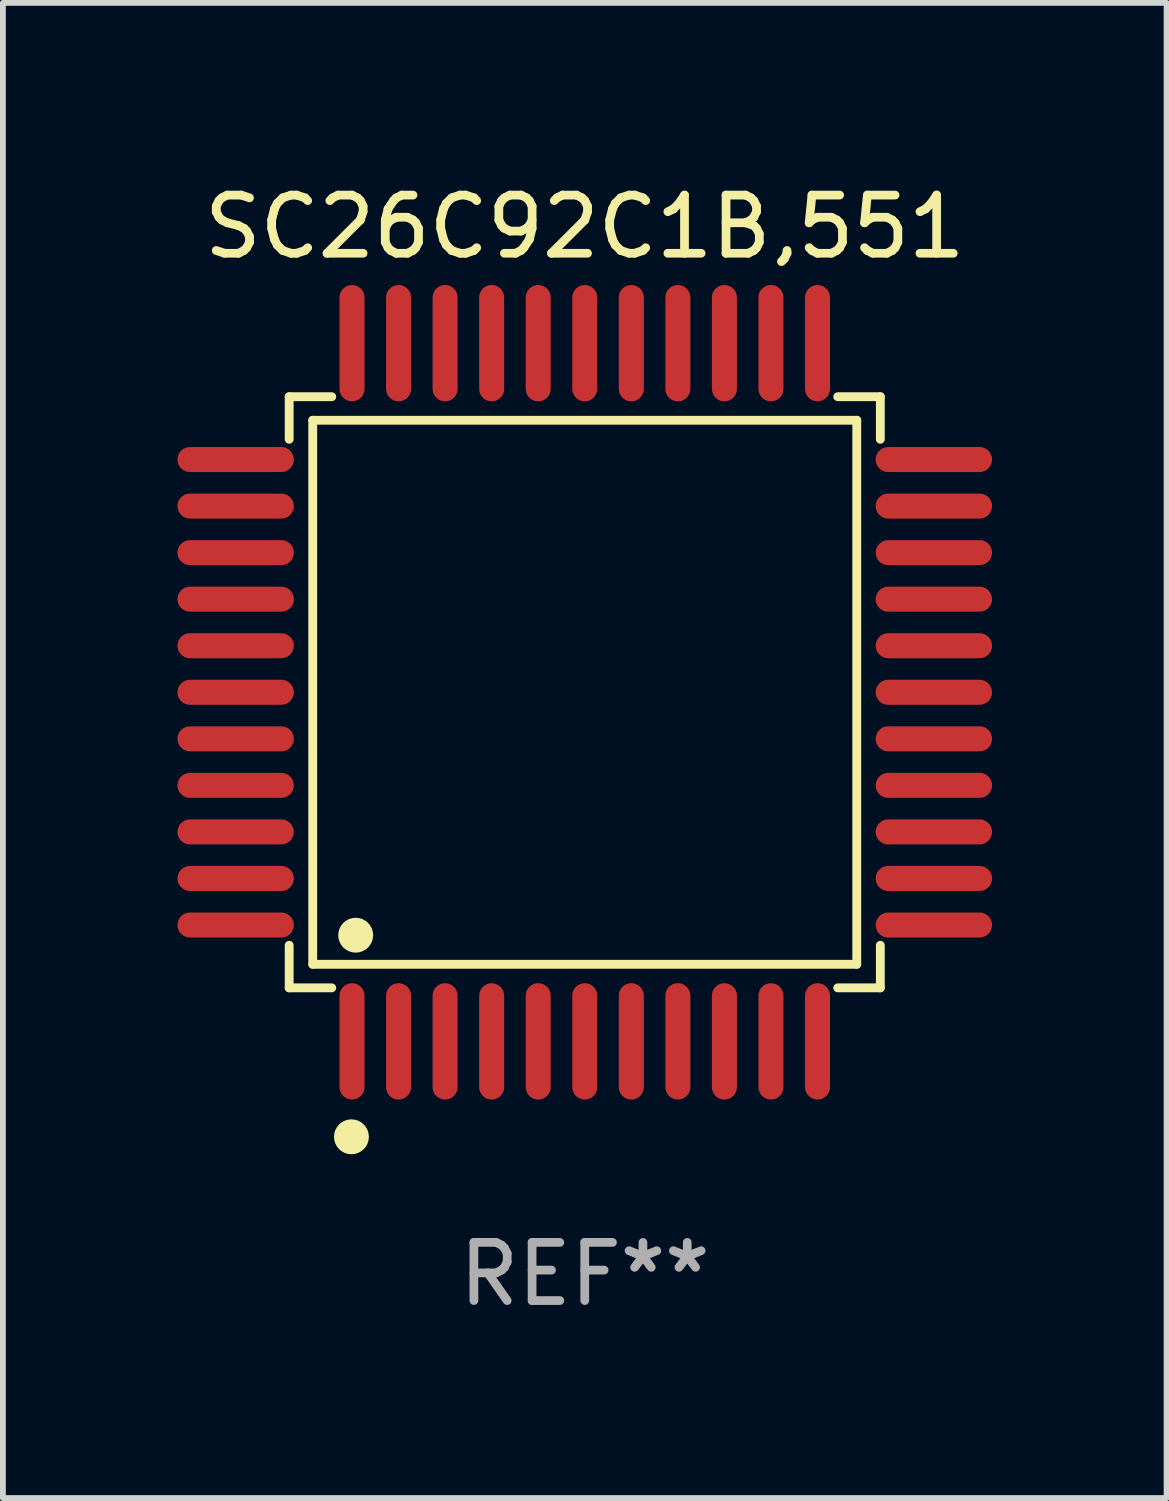
<source format=kicad_pcb>
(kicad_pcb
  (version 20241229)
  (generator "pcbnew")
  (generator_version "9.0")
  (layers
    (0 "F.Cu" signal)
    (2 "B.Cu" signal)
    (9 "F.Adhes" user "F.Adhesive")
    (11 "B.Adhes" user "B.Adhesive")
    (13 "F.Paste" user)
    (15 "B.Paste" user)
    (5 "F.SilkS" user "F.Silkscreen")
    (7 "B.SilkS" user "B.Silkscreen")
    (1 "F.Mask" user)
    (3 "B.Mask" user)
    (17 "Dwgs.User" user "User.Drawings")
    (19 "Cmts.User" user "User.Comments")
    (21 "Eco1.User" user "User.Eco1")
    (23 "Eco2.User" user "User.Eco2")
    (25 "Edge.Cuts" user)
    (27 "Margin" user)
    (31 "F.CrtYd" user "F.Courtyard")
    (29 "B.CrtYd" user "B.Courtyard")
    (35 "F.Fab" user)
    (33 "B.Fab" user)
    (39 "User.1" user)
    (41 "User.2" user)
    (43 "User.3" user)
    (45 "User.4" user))
  (footprint "SC26C92C1B,551"
    (layer "F.Cu")
    (at 7 8.848)
    (property "Reference" "SC26C92C1B,551" (at 0 -8 0) (layer "F.SilkS") (effects (font (size 1 1) (thickness 0.15))))
    (attr through_hole)
    (fp_line (start -5.08 -5.08) (end -4.348 -5.08) (stroke (width 0.152) (type solid)) (layer "F.SilkS"))
    (fp_line (start -5.08 -4.348) (end -5.08 -5.08) (stroke (width 0.152) (type solid)) (layer "F.SilkS"))
    (fp_line (start -5.08 4.348) (end -5.08 5.08) (stroke (width 0.152) (type solid)) (layer "F.SilkS"))
    (fp_line (start -5.08 5.08) (end -4.348 5.08) (stroke (width 0.152) (type solid)) (layer "F.SilkS"))
    (fp_line (start -4.675 -4.675) (end 4.675 -4.675) (stroke (width 0.152) (type solid)) (layer "F.SilkS"))
    (fp_line (start -4.675 4.675) (end -4.675 -4.675) (stroke (width 0.152) (type solid)) (layer "F.SilkS"))
    (fp_line (start 4.675 -4.675) (end 4.675 4.675) (stroke (width 0.152) (type solid)) (layer "F.SilkS"))
    (fp_line (start 4.675 4.675) (end -4.675 4.675) (stroke (width 0.152) (type solid)) (layer "F.SilkS"))
    (fp_line (start 5.08 -5.08) (end 4.348 -5.08) (stroke (width 0.152) (type solid)) (layer "F.SilkS"))
    (fp_line (start 5.08 -4.348) (end 5.08 -5.08) (stroke (width 0.152) (type solid)) (layer "F.SilkS"))
    (fp_line (start 5.08 4.348) (end 5.08 5.08) (stroke (width 0.152) (type solid)) (layer "F.SilkS"))
    (fp_line (start 5.08 5.08) (end 4.348 5.08) (stroke (width 0.152) (type solid)) (layer "F.SilkS"))
    (fp_circle (center -4.01 7.64) (end -3.86 7.64) (stroke (width 0.3) (type solid)) (fill no) (layer "F.SilkS"))
    (fp_circle (center -3.937 4.175) (end -3.787 4.175) (stroke (width 0.3) (type solid)) (fill no) (layer "F.SilkS"))
    (fp_text user "REF**" (at 0 10 0) (layer "F.Fab") (effects (font (size 1 1) (thickness 0.15))))
    (pad "1" smd oval (at -4 6) (size 0.43 2) (layers "F.Cu" "F.Mask" "F.Paste"))
    (pad "2" smd oval (at -3.2 6) (size 0.43 2) (layers "F.Cu" "F.Mask" "F.Paste"))
    (pad "3" smd oval (at -2.4 6) (size 0.43 2) (layers "F.Cu" "F.Mask" "F.Paste"))
    (pad "4" smd oval (at -1.6 6) (size 0.43 2) (layers "F.Cu" "F.Mask" "F.Paste"))
    (pad "5" smd oval (at -0.8 6) (size 0.43 2) (layers "F.Cu" "F.Mask" "F.Paste"))
    (pad "6" smd oval (at 0 6) (size 0.43 2) (layers "F.Cu" "F.Mask" "F.Paste"))
    (pad "7" smd oval (at 0.8 6) (size 0.43 2) (layers "F.Cu" "F.Mask" "F.Paste"))
    (pad "8" smd oval (at 1.6 6) (size 0.43 2) (layers "F.Cu" "F.Mask" "F.Paste"))
    (pad "9" smd oval (at 2.4 6) (size 0.43 2) (layers "F.Cu" "F.Mask" "F.Paste"))
    (pad "10" smd oval (at 3.2 6) (size 0.43 2) (layers "F.Cu" "F.Mask" "F.Paste"))
    (pad "11" smd oval (at 4 6) (size 0.43 2) (layers "F.Cu" "F.Mask" "F.Paste"))
    (pad "12" smd oval (at 6 4) (size 2 0.43) (layers "F.Cu" "F.Mask" "F.Paste"))
    (pad "13" smd oval (at 6 3.2) (size 2 0.43) (layers "F.Cu" "F.Mask" "F.Paste"))
    (pad "14" smd oval (at 6 2.4) (size 2 0.43) (layers "F.Cu" "F.Mask" "F.Paste"))
    (pad "15" smd oval (at 6 1.6) (size 2 0.43) (layers "F.Cu" "F.Mask" "F.Paste"))
    (pad "16" smd oval (at 6 0.8) (size 2 0.43) (layers "F.Cu" "F.Mask" "F.Paste"))
    (pad "17" smd oval (at 6 0) (size 2 0.43) (layers "F.Cu" "F.Mask" "F.Paste"))
    (pad "18" smd oval (at 6 -0.8) (size 2 0.43) (layers "F.Cu" "F.Mask" "F.Paste"))
    (pad "19" smd oval (at 6 -1.6) (size 2 0.43) (layers "F.Cu" "F.Mask" "F.Paste"))
    (pad "20" smd oval (at 6 -2.4) (size 2 0.43) (layers "F.Cu" "F.Mask" "F.Paste"))
    (pad "21" smd oval (at 6 -3.2) (size 2 0.43) (layers "F.Cu" "F.Mask" "F.Paste"))
    (pad "22" smd oval (at 6 -4) (size 2 0.43) (layers "F.Cu" "F.Mask" "F.Paste"))
    (pad "23" smd oval (at 4 -6) (size 0.43 2) (layers "F.Cu" "F.Mask" "F.Paste"))
    (pad "24" smd oval (at 3.2 -6) (size 0.43 2) (layers "F.Cu" "F.Mask" "F.Paste"))
    (pad "25" smd oval (at 2.4 -6) (size 0.43 2) (layers "F.Cu" "F.Mask" "F.Paste"))
    (pad "26" smd oval (at 1.6 -6) (size 0.43 2) (layers "F.Cu" "F.Mask" "F.Paste"))
    (pad "27" smd oval (at 0.8 -6) (size 0.43 2) (layers "F.Cu" "F.Mask" "F.Paste"))
    (pad "28" smd oval (at 0 -6) (size 0.43 2) (layers "F.Cu" "F.Mask" "F.Paste"))
    (pad "29" smd oval (at -0.8 -6) (size 0.43 2) (layers "F.Cu" "F.Mask" "F.Paste"))
    (pad "30" smd oval (at -1.6 -6) (size 0.43 2) (layers "F.Cu" "F.Mask" "F.Paste"))
    (pad "31" smd oval (at -2.4 -6) (size 0.43 2) (layers "F.Cu" "F.Mask" "F.Paste"))
    (pad "32" smd oval (at -3.2 -6) (size 0.43 2) (layers "F.Cu" "F.Mask" "F.Paste"))
    (pad "33" smd oval (at -4 -6) (size 0.43 2) (layers "F.Cu" "F.Mask" "F.Paste"))
    (pad "34" smd oval (at -6 -4) (size 2 0.43) (layers "F.Cu" "F.Mask" "F.Paste"))
    (pad "35" smd oval (at -6 -3.2) (size 2 0.43) (layers "F.Cu" "F.Mask" "F.Paste"))
    (pad "36" smd oval (at -6 -2.4) (size 2 0.43) (layers "F.Cu" "F.Mask" "F.Paste"))
    (pad "37" smd oval (at -6 -1.6) (size 2 0.43) (layers "F.Cu" "F.Mask" "F.Paste"))
    (pad "38" smd oval (at -6 -0.8) (size 2 0.43) (layers "F.Cu" "F.Mask" "F.Paste"))
    (pad "39" smd oval (at -6 0) (size 2 0.43) (layers "F.Cu" "F.Mask" "F.Paste"))
    (pad "40" smd oval (at -6 0.8) (size 2 0.43) (layers "F.Cu" "F.Mask" "F.Paste"))
    (pad "41" smd oval (at -6 1.6) (size 2 0.43) (layers "F.Cu" "F.Mask" "F.Paste"))
    (pad "42" smd oval (at -6 2.4) (size 2 0.43) (layers "F.Cu" "F.Mask" "F.Paste"))
    (pad "43" smd oval (at -6 3.2) (size 2 0.43) (layers "F.Cu" "F.Mask" "F.Paste"))
    (pad "44" smd oval (at -6 4) (size 2 0.43) (layers "F.Cu" "F.Mask" "F.Paste")))
  (gr_rect
    (start -3 -3)
    (end 17 22.697)
    (stroke (width 0.1) (type default))
    (fill no)
    (layer "Edge.Cuts")))
</source>
